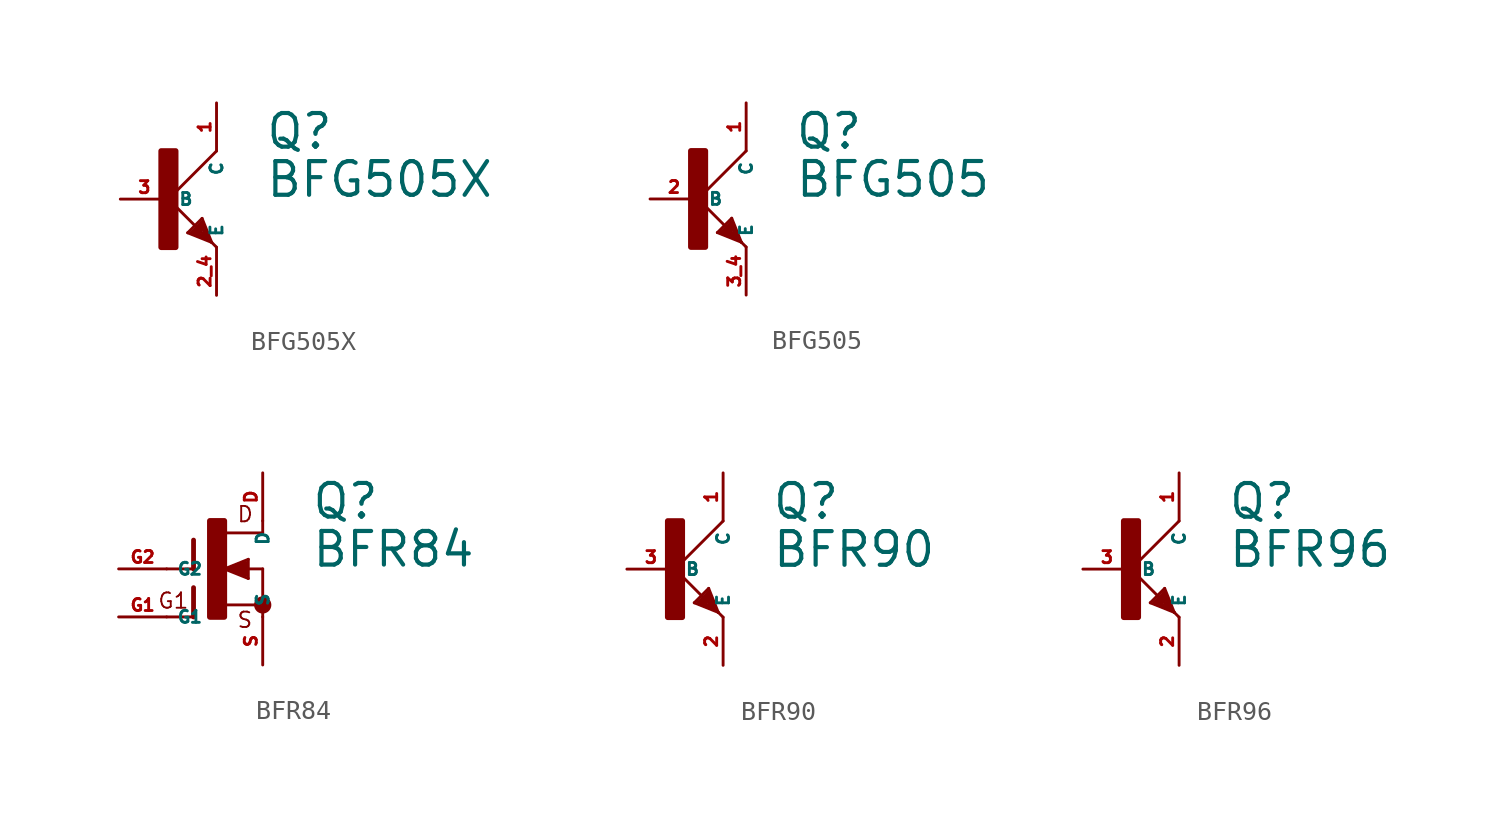
<source format=kicad_sym>
(kicad_symbol_lib
  (version 20220914)
  (generator Eagle2Kicad)
  (symbol "BFG505X"
    (property "Reference" "Q"
      (at 5.08 2.54 0)
      (effects (font (size 1.778 1.778) (thickness 0.22)) (justify left bottom)))
    (property "Value" "BFG505X"
      (at 5.08 0 0)
      (effects (font (size 1.778 1.778) (thickness 0.22)) (justify left bottom)))
    (polyline
      (pts (xy 2.54 2.54) (xy 0 0))
      (stroke (width 0.152) (type default))
      (fill (type none)))
    (polyline
      (pts (xy 0 0) (xy 2.032 -2.032))
      (stroke (width 0.152) (type default))
      (fill (type none)))
    (polyline
      (pts (xy 2.032 -2.032) (xy 2.286 -2.286))
      (stroke (width 0.152) (type default))
      (fill (type none)))
    (polyline
      (pts (xy 1.778 -1.016) (xy 2.286 -2.286))
      (stroke (width 0.152) (type default))
      (fill (type none)))
    (polyline
      (pts (xy 2.286 -2.286) (xy 2.54 -2.54))
      (stroke (width 0.152) (type default))
      (fill (type none)))
    (polyline
      (pts (xy 2.286 -2.286) (xy 1.016 -1.778))
      (stroke (width 0.152) (type default))
      (fill (type none)))
    (polyline
      (pts (xy 1.016 -1.778) (xy 1.778 -1.016))
      (stroke (width 0.152) (type default))
      (fill (type none)))
    (polyline
      (pts (xy 2.032 -2.032) (xy 1.778 -1.27))
      (stroke (width 0.254) (type default))
      (fill (type none)))
    (polyline
      (pts (xy 1.778 -1.27) (xy 1.27 -1.778))
      (stroke (width 0.254) (type default))
      (fill (type none)))
    (polyline
      (pts (xy 1.27 -1.778) (xy 2.032 -2.032))
      (stroke (width 0.254) (type default))
      (fill (type none)))
    (polyline
      (pts (xy 1.524 -1.778) (xy 1.778 -1.524))
      (stroke (width 0.254) (type default))
      (fill (type none)))
    (rectangle
      (start -0.381 -2.54)
      (end 0.381 2.54)
      (stroke (width 0.3) (type default))
      (fill (type outline)))
    (pin passive line
      (at -2.54 0 0)
      (length 2.54)
      (name "B" (effects (font (size 0.635 0.635) (thickness 0.08)) (justify left bottom)))
      (number "3" (effects (font (size 0.635 0.635) (thickness 0.08)) (justify left bottom))))
    (pin passive line
      (at 2.54 -5.08 90)
      (length 2.54)
      (name "E" (effects (font (size 0.635 0.635) (thickness 0.08)) (justify left bottom)))
      (number "2 4" (effects (font (size 0.635 0.635) (thickness 0.08)) (justify left bottom))))
    (pin passive line
      (at 2.54 5.08 270)
      (length 2.54)
      (name "C" (effects (font (size 0.635 0.635) (thickness 0.08)) (justify left bottom)))
      (number "1" (effects (font (size 0.635 0.635) (thickness 0.08)) (justify left bottom)))))
  (symbol "BFG505"
    (property "Reference" "Q"
      (at 5.08 2.54 0)
      (effects (font (size 1.778 1.778) (thickness 0.22)) (justify left bottom)))
    (property "Value" "BFG505"
      (at 5.08 0 0)
      (effects (font (size 1.778 1.778) (thickness 0.22)) (justify left bottom)))
    (polyline
      (pts (xy 2.54 2.54) (xy 0 0))
      (stroke (width 0.152) (type default))
      (fill (type none)))
    (polyline
      (pts (xy 0 0) (xy 2.032 -2.032))
      (stroke (width 0.152) (type default))
      (fill (type none)))
    (polyline
      (pts (xy 2.032 -2.032) (xy 2.286 -2.286))
      (stroke (width 0.152) (type default))
      (fill (type none)))
    (polyline
      (pts (xy 1.778 -1.016) (xy 2.286 -2.286))
      (stroke (width 0.152) (type default))
      (fill (type none)))
    (polyline
      (pts (xy 2.286 -2.286) (xy 2.54 -2.54))
      (stroke (width 0.152) (type default))
      (fill (type none)))
    (polyline
      (pts (xy 2.286 -2.286) (xy 1.016 -1.778))
      (stroke (width 0.152) (type default))
      (fill (type none)))
    (polyline
      (pts (xy 1.016 -1.778) (xy 1.778 -1.016))
      (stroke (width 0.152) (type default))
      (fill (type none)))
    (polyline
      (pts (xy 2.032 -2.032) (xy 1.778 -1.27))
      (stroke (width 0.254) (type default))
      (fill (type none)))
    (polyline
      (pts (xy 1.778 -1.27) (xy 1.27 -1.778))
      (stroke (width 0.254) (type default))
      (fill (type none)))
    (polyline
      (pts (xy 1.27 -1.778) (xy 2.032 -2.032))
      (stroke (width 0.254) (type default))
      (fill (type none)))
    (polyline
      (pts (xy 1.524 -1.778) (xy 1.778 -1.524))
      (stroke (width 0.254) (type default))
      (fill (type none)))
    (rectangle
      (start -0.381 -2.54)
      (end 0.381 2.54)
      (stroke (width 0.3) (type default))
      (fill (type outline)))
    (pin passive line
      (at -2.54 0 0)
      (length 2.54)
      (name "B" (effects (font (size 0.635 0.635) (thickness 0.08)) (justify left bottom)))
      (number "2" (effects (font (size 0.635 0.635) (thickness 0.08)) (justify left bottom))))
    (pin passive line
      (at 2.54 -5.08 90)
      (length 2.54)
      (name "E" (effects (font (size 0.635 0.635) (thickness 0.08)) (justify left bottom)))
      (number "3 4" (effects (font (size 0.635 0.635) (thickness 0.08)) (justify left bottom))))
    (pin passive line
      (at 2.54 5.08 270)
      (length 2.54)
      (name "C" (effects (font (size 0.635 0.635) (thickness 0.08)) (justify left bottom)))
      (number "1" (effects (font (size 0.635 0.635) (thickness 0.08)) (justify left bottom)))))
  (symbol "BFR84"
    (property "Reference" "Q"
      (at 5.08 2.54 0)
      (effects (font (size 1.778 1.778) (thickness 0.22)) (justify left bottom)))
    (property "Value" "BFR84"
      (at 5.08 0 0)
      (effects (font (size 1.778 1.778) (thickness 0.22)) (justify left bottom)))
    (polyline
      (pts (xy -1.118 1.524) (xy -1.118 0))
      (stroke (width 0.254) (type default))
      (fill (type none)))
    (polyline
      (pts (xy -1.118 0) (xy -2.54 0))
      (stroke (width 0.152) (type default))
      (fill (type none)))
    (polyline
      (pts (xy -1.118 -0.991) (xy -1.118 -2.54))
      (stroke (width 0.254) (type default))
      (fill (type none)))
    (polyline
      (pts (xy -1.118 -2.54) (xy -2.54 -2.54))
      (stroke (width 0.152) (type default))
      (fill (type none)))
    (polyline
      (pts (xy 2.54 1.905) (xy 0.533 1.905))
      (stroke (width 0.152) (type default))
      (fill (type none)))
    (polyline
      (pts (xy 2.54 2.54) (xy 2.54 1.905))
      (stroke (width 0.152) (type default))
      (fill (type none)))
    (polyline
      (pts (xy 2.54 0) (xy 2.54 -2.54))
      (stroke (width 0.152) (type default))
      (fill (type none)))
    (polyline
      (pts (xy 0.508 -1.905) (xy 2.413 -1.905))
      (stroke (width 0.152) (type default))
      (fill (type none)))
    (polyline
      (pts (xy 0.508 0) (xy 1.778 -0.508))
      (stroke (width 0.152) (type default))
      (fill (type none)))
    (polyline
      (pts (xy 1.778 -0.508) (xy 1.778 0.508))
      (stroke (width 0.152) (type default))
      (fill (type none)))
    (polyline
      (pts (xy 1.778 0.508) (xy 0.508 0))
      (stroke (width 0.152) (type default))
      (fill (type none)))
    (polyline
      (pts (xy 0.508 0) (xy 0.889 0))
      (stroke (width 0.152) (type default))
      (fill (type none)))
    (polyline
      (pts (xy 0.889 0) (xy 2.54 0))
      (stroke (width 0.152) (type default))
      (fill (type none)))
    (polyline
      (pts (xy 1.651 0.254) (xy 0.889 0))
      (stroke (width 0.305) (type default))
      (fill (type none)))
    (polyline
      (pts (xy 0.889 0) (xy 1.651 -0.254))
      (stroke (width 0.305) (type default))
      (fill (type none)))
    (polyline
      (pts (xy 1.651 -0.254) (xy 1.651 0.254))
      (stroke (width 0.305) (type default))
      (fill (type none)))
    (text "D"
      (at 1.143 2.413 0)
      (effects (font (size 0.813 0.813) (thickness 0.10)) (justify left bottom)))
    (text "S"
      (at 1.143 -3.175 0)
      (effects (font (size 0.813 0.813) (thickness 0.10)) (justify left bottom)))
    (text "G1"
      (at -3.048 -2.159 0)
      (effects (font (size 0.813 0.813) (thickness 0.10)) (justify left bottom)))
    (circle
      (center 2.54 -1.905)
      (radius 0.254)
      (stroke (width 0.406) (type default))
      (fill (type none)))
    (rectangle
      (start -0.254 -2.54)
      (end 0.508 2.54)
      (stroke (width 0.3) (type default))
      (fill (type outline)))
    (pin passive line
      (at -5.08 0 0)
      (length 2.54)
      (name "G2" (effects (font (size 0.635 0.635) (thickness 0.08)) (justify left bottom)))
      (number "G2" (effects (font (size 0.635 0.635) (thickness 0.08)) (justify left bottom))))
    (pin passive line
      (at -5.08 -2.54 0)
      (length 2.54)
      (name "G1" (effects (font (size 0.635 0.635) (thickness 0.08)) (justify left bottom)))
      (number "G1" (effects (font (size 0.635 0.635) (thickness 0.08)) (justify left bottom))))
    (pin passive line
      (at 2.54 5.08 270)
      (length 2.54)
      (name "D" (effects (font (size 0.635 0.635) (thickness 0.08)) (justify left bottom)))
      (number "D" (effects (font (size 0.635 0.635) (thickness 0.08)) (justify left bottom))))
    (pin passive line
      (at 2.54 -5.08 90)
      (length 2.54)
      (name "S" (effects (font (size 0.635 0.635) (thickness 0.08)) (justify left bottom)))
      (number "S" (effects (font (size 0.635 0.635) (thickness 0.08)) (justify left bottom)))))
  (symbol "BFR90"
    (property "Reference" "Q"
      (at 5.08 2.54 0)
      (effects (font (size 1.778 1.778) (thickness 0.22)) (justify left bottom)))
    (property "Value" "BFR90"
      (at 5.08 0 0)
      (effects (font (size 1.778 1.778) (thickness 0.22)) (justify left bottom)))
    (polyline
      (pts (xy 2.54 2.54) (xy 0 0))
      (stroke (width 0.152) (type default))
      (fill (type none)))
    (polyline
      (pts (xy 0 0) (xy 2.032 -2.032))
      (stroke (width 0.152) (type default))
      (fill (type none)))
    (polyline
      (pts (xy 2.032 -2.032) (xy 2.286 -2.286))
      (stroke (width 0.152) (type default))
      (fill (type none)))
    (polyline
      (pts (xy 1.778 -1.016) (xy 2.286 -2.286))
      (stroke (width 0.152) (type default))
      (fill (type none)))
    (polyline
      (pts (xy 2.286 -2.286) (xy 2.54 -2.54))
      (stroke (width 0.152) (type default))
      (fill (type none)))
    (polyline
      (pts (xy 2.286 -2.286) (xy 1.016 -1.778))
      (stroke (width 0.152) (type default))
      (fill (type none)))
    (polyline
      (pts (xy 1.016 -1.778) (xy 1.778 -1.016))
      (stroke (width 0.152) (type default))
      (fill (type none)))
    (polyline
      (pts (xy 2.032 -2.032) (xy 1.778 -1.27))
      (stroke (width 0.254) (type default))
      (fill (type none)))
    (polyline
      (pts (xy 1.778 -1.27) (xy 1.27 -1.778))
      (stroke (width 0.254) (type default))
      (fill (type none)))
    (polyline
      (pts (xy 1.27 -1.778) (xy 2.032 -2.032))
      (stroke (width 0.254) (type default))
      (fill (type none)))
    (polyline
      (pts (xy 1.524 -1.778) (xy 1.778 -1.524))
      (stroke (width 0.254) (type default))
      (fill (type none)))
    (rectangle
      (start -0.381 -2.54)
      (end 0.381 2.54)
      (stroke (width 0.3) (type default))
      (fill (type outline)))
    (pin passive line
      (at -2.54 0 0)
      (length 2.54)
      (name "B" (effects (font (size 0.635 0.635) (thickness 0.08)) (justify left bottom)))
      (number "3" (effects (font (size 0.635 0.635) (thickness 0.08)) (justify left bottom))))
    (pin passive line
      (at 2.54 -5.08 90)
      (length 2.54)
      (name "E" (effects (font (size 0.635 0.635) (thickness 0.08)) (justify left bottom)))
      (number "2" (effects (font (size 0.635 0.635) (thickness 0.08)) (justify left bottom))))
    (pin passive line
      (at 2.54 5.08 270)
      (length 2.54)
      (name "C" (effects (font (size 0.635 0.635) (thickness 0.08)) (justify left bottom)))
      (number "1" (effects (font (size 0.635 0.635) (thickness 0.08)) (justify left bottom)))))
  (symbol "BFR96"
    (property "Reference" "Q"
      (at 5.08 2.54 0)
      (effects (font (size 1.778 1.778) (thickness 0.22)) (justify left bottom)))
    (property "Value" "BFR96"
      (at 5.08 0 0)
      (effects (font (size 1.778 1.778) (thickness 0.22)) (justify left bottom)))
    (polyline
      (pts (xy 2.54 2.54) (xy 0 0))
      (stroke (width 0.152) (type default))
      (fill (type none)))
    (polyline
      (pts (xy 0 0) (xy 2.032 -2.032))
      (stroke (width 0.152) (type default))
      (fill (type none)))
    (polyline
      (pts (xy 2.032 -2.032) (xy 2.286 -2.286))
      (stroke (width 0.152) (type default))
      (fill (type none)))
    (polyline
      (pts (xy 1.778 -1.016) (xy 2.286 -2.286))
      (stroke (width 0.152) (type default))
      (fill (type none)))
    (polyline
      (pts (xy 2.286 -2.286) (xy 2.54 -2.54))
      (stroke (width 0.152) (type default))
      (fill (type none)))
    (polyline
      (pts (xy 2.286 -2.286) (xy 1.016 -1.778))
      (stroke (width 0.152) (type default))
      (fill (type none)))
    (polyline
      (pts (xy 1.016 -1.778) (xy 1.778 -1.016))
      (stroke (width 0.152) (type default))
      (fill (type none)))
    (polyline
      (pts (xy 2.032 -2.032) (xy 1.778 -1.27))
      (stroke (width 0.254) (type default))
      (fill (type none)))
    (polyline
      (pts (xy 1.778 -1.27) (xy 1.27 -1.778))
      (stroke (width 0.254) (type default))
      (fill (type none)))
    (polyline
      (pts (xy 1.27 -1.778) (xy 2.032 -2.032))
      (stroke (width 0.254) (type default))
      (fill (type none)))
    (polyline
      (pts (xy 1.524 -1.778) (xy 1.778 -1.524))
      (stroke (width 0.254) (type default))
      (fill (type none)))
    (rectangle
      (start -0.381 -2.54)
      (end 0.381 2.54)
      (stroke (width 0.3) (type default))
      (fill (type outline)))
    (pin passive line
      (at -2.54 0 0)
      (length 2.54)
      (name "B" (effects (font (size 0.635 0.635) (thickness 0.08)) (justify left bottom)))
      (number "3" (effects (font (size 0.635 0.635) (thickness 0.08)) (justify left bottom))))
    (pin passive line
      (at 2.54 -5.08 90)
      (length 2.54)
      (name "E" (effects (font (size 0.635 0.635) (thickness 0.08)) (justify left bottom)))
      (number "2" (effects (font (size 0.635 0.635) (thickness 0.08)) (justify left bottom))))
    (pin passive line
      (at 2.54 5.08 270)
      (length 2.54)
      (name "C" (effects (font (size 0.635 0.635) (thickness 0.08)) (justify left bottom)))
      (number "1" (effects (font (size 0.635 0.635) (thickness 0.08)) (justify left bottom))))))
</source>
